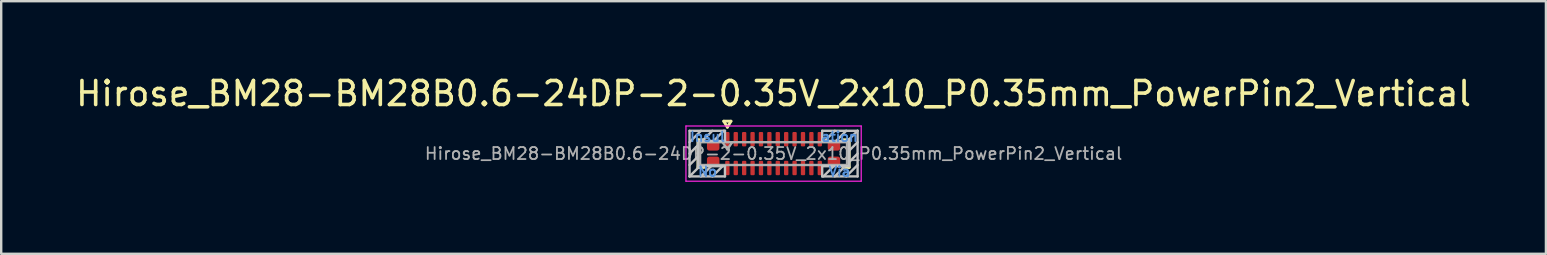
<source format=kicad_pcb>
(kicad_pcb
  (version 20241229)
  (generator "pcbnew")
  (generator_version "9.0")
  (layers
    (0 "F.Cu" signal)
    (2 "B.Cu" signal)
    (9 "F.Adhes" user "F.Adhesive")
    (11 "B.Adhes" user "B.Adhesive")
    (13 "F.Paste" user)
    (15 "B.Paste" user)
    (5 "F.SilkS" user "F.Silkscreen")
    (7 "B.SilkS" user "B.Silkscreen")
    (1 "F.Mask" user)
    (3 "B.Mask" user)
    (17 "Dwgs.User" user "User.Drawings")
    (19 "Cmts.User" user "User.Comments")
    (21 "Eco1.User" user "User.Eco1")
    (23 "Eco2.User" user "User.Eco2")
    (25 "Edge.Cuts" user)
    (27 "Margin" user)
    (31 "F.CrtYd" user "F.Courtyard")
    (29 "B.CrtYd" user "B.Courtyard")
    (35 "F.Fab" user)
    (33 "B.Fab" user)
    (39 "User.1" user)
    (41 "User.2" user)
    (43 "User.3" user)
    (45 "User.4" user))
  (footprint "Hirose_BM28-BM28B0.6-24DP-2-0.35V_2x10_P0.35mm_PowerPin2_Vertical"
    (layer "F.Cu")
    (at 29.173 3.348)
    (property "Reference" "Hirose_BM28-BM28B0.6-24DP-2-0.35V_2x10_P0.35mm_PowerPin2_Vertical" (at 0 -2.5 0) (layer "F.SilkS") (effects (font (size 1 1) (thickness 0.15))))
    (attr smd)
    (fp_line (start -3.149 -0.575) (end -2.899 -0.575) (stroke (width 0.12) (type solid)) (layer "F.SilkS"))
    (fp_line (start -3.149 0.575) (end -3.149 -0.575) (stroke (width 0.12) (type solid)) (layer "F.SilkS"))
    (fp_line (start -3.149 0.575) (end -2.899 0.575) (stroke (width 0.12) (type solid)) (layer "F.SilkS"))
    (fp_line (start -2.075 -1.35) (end -1.925 -1.1) (stroke (width 0.12) (type solid)) (layer "F.SilkS"))
    (fp_line (start -1.925 -1.1) (end -1.775 -1.35) (stroke (width 0.12) (type solid)) (layer "F.SilkS"))
    (fp_line (start -1.775 -1.35) (end -2.075 -1.35) (stroke (width 0.12) (type solid)) (layer "F.SilkS"))
    (fp_line (start 3.15 -0.575) (end 2.9 -0.575) (stroke (width 0.12) (type solid)) (layer "F.SilkS"))
    (fp_line (start 3.15 -0.575) (end 3.15 0.575) (stroke (width 0.12) (type solid)) (layer "F.SilkS"))
    (fp_line (start 3.15 0.575) (end 2.9 0.575) (stroke (width 0.12) (type solid)) (layer "F.SilkS"))
    (fp_line (start -3.5 -0.95) (end -3.5 0.95) (stroke (width 0.1) (type solid)) (layer "Dwgs.User"))
    (fp_line (start -3.5 0.475) (end -3.15 0.125) (stroke (width 0.1) (type solid)) (layer "Dwgs.User"))
    (fp_line (start -3.5 0.95) (end -3.075 0.525) (stroke (width 0.1) (type solid)) (layer "Dwgs.User"))
    (fp_line (start -3.5 0.95) (end -2.025 0.95) (stroke (width 0.1) (type solid)) (layer "Dwgs.User"))
    (fp_line (start -3.15 -0.525) (end -2.025 -0.525) (stroke (width 0.1) (type solid)) (layer "Dwgs.User"))
    (fp_line (start -3.15 -0.35) (end -3.5 0) (stroke (width 0.1) (type solid)) (layer "Dwgs.User"))
    (fp_line (start -3.15 0.525) (end -3.15 -0.525) (stroke (width 0.1) (type solid)) (layer "Dwgs.User"))
    (fp_line (start -3.025 -0.95) (end -3.5 -0.475) (stroke (width 0.1) (type solid)) (layer "Dwgs.User"))
    (fp_line (start -3.025 0.95) (end -2.6 0.525) (stroke (width 0.1) (type solid)) (layer "Dwgs.User"))
    (fp_line (start -2.975 -0.525) (end -2.55 -0.95) (stroke (width 0.1) (type solid)) (layer "Dwgs.User"))
    (fp_line (start -2.55 0.95) (end -2.125 0.525) (stroke (width 0.1) (type solid)) (layer "Dwgs.User"))
    (fp_line (start -2.075 -0.95) (end -2.5 -0.525) (stroke (width 0.1) (type solid)) (layer "Dwgs.User"))
    (fp_line (start -2.025 -0.95) (end -3.5 -0.95) (stroke (width 0.1) (type solid)) (layer "Dwgs.User"))
    (fp_line (start -2.025 -0.525) (end -2.025 -0.95) (stroke (width 0.1) (type solid)) (layer "Dwgs.User"))
    (fp_line (start -2.025 0.525) (end -3.15 0.525) (stroke (width 0.1) (type solid)) (layer "Dwgs.User"))
    (fp_line (start -2.025 0.95) (end -2.025 0.525) (stroke (width 0.1) (type solid)) (layer "Dwgs.User"))
    (fp_line (start 2.025 -0.95) (end 2.025 -0.525) (stroke (width 0.1) (type solid)) (layer "Dwgs.User"))
    (fp_line (start 2.025 -0.525) (end 3.15 -0.525) (stroke (width 0.1) (type solid)) (layer "Dwgs.User"))
    (fp_line (start 2.025 0.525) (end 2.025 0.95) (stroke (width 0.1) (type solid)) (layer "Dwgs.User"))
    (fp_line (start 2.025 0.95) (end 3.5 0.95) (stroke (width 0.1) (type solid)) (layer "Dwgs.User"))
    (fp_line (start 2.075 0.95) (end 2.5 0.525) (stroke (width 0.1) (type solid)) (layer "Dwgs.User"))
    (fp_line (start 2.55 -0.95) (end 2.125 -0.525) (stroke (width 0.1) (type solid)) (layer "Dwgs.User"))
    (fp_line (start 2.975 0.525) (end 2.55 0.95) (stroke (width 0.1) (type solid)) (layer "Dwgs.User"))
    (fp_line (start 3.025 -0.95) (end 2.6 -0.525) (stroke (width 0.1) (type solid)) (layer "Dwgs.User"))
    (fp_line (start 3.025 0.95) (end 3.5 0.475) (stroke (width 0.1) (type solid)) (layer "Dwgs.User"))
    (fp_line (start 3.15 -0.525) (end 3.15 0.525) (stroke (width 0.1) (type solid)) (layer "Dwgs.User"))
    (fp_line (start 3.15 0.35) (end 3.5 0) (stroke (width 0.1) (type solid)) (layer "Dwgs.User"))
    (fp_line (start 3.15 0.525) (end 2.025 0.525) (stroke (width 0.1) (type solid)) (layer "Dwgs.User"))
    (fp_line (start 3.5 -0.95) (end 2.025 -0.95) (stroke (width 0.1) (type solid)) (layer "Dwgs.User"))
    (fp_line (start 3.5 -0.95) (end 3.075 -0.525) (stroke (width 0.1) (type solid)) (layer "Dwgs.User"))
    (fp_line (start 3.5 -0.475) (end 3.15 -0.125) (stroke (width 0.1) (type solid)) (layer "Dwgs.User"))
    (fp_line (start 3.5 0.95) (end 3.5 -0.95) (stroke (width 0.1) (type solid)) (layer "Dwgs.User"))
    (fp_line (start -3.65 -1.15) (end -3.65 1.15) (stroke (width 0.05) (type solid)) (layer "F.CrtYd"))
    (fp_line (start -3.65 1.15) (end 3.65 1.15) (stroke (width 0.05) (type solid)) (layer "F.CrtYd"))
    (fp_line (start 3.65 -1.15) (end -3.65 -1.15) (stroke (width 0.05) (type solid)) (layer "F.CrtYd"))
    (fp_line (start 3.65 1.15) (end 3.65 -1.15) (stroke (width 0.05) (type solid)) (layer "F.CrtYd"))
    (fp_line (start -3.06 -0.475) (end -3.06 0.475) (stroke (width 0.1) (type solid)) (layer "F.Fab"))
    (fp_line (start -3.06 -0.475) (end 3.06 -0.475) (stroke (width 0.1) (type solid)) (layer "F.Fab"))
    (fp_line (start -3.06 0.475) (end 3.06 0.475) (stroke (width 0.1) (type solid)) (layer "F.Fab"))
    (fp_line (start -2.125 -0.475) (end -1.925 -0.175) (stroke (width 0.1) (type solid)) (layer "F.Fab"))
    (fp_line (start -1.925 -0.175) (end -1.725 -0.475) (stroke (width 0.1) (type solid)) (layer "F.Fab"))
    (fp_line (start 3.06 -0.475) (end 3.06 0.475) (stroke (width 0.1) (type solid)) (layer "F.Fab"))
    (fp_text user "No" (at -2.75 0.75 0) (unlocked yes) (layer "Cmts.User") (effects (font (size 0.4 0.4) (thickness 0.075))))
    (fp_text user "Insul" (at -2.75 -0.7 0) (unlocked yes) (layer "Cmts.User") (effects (font (size 0.4 0.4) (thickness 0.075))))
    (fp_text user "ation" (at 2.75 -0.7 0) (unlocked yes) (layer "Cmts.User") (effects (font (size 0.4 0.4) (thickness 0.075))))
    (fp_text user "Via" (at 2.75 0.75 0) (unlocked yes) (layer "Cmts.User") (effects (font (size 0.4 0.4) (thickness 0.075))))
    (fp_text user "${REFERENCE}" (at 0 0 0) (layer "F.Fab") (effects (font (size 0.5 0.5) (thickness 0.075))))
    (pad "1" smd roundrect (at -1.925 -0.6) (size 0.18 0.6) (layers "F.Cu" "F.Mask" "F.Paste") (roundrect_rratio 0.25))
    (pad "2" smd roundrect (at -1.925 0.6) (size 0.18 0.6) (layers "F.Cu" "F.Mask" "F.Paste") (roundrect_rratio 0.25))
    (pad "3" smd roundrect (at -1.575 -0.6) (size 0.18 0.6) (layers "F.Cu" "F.Mask" "F.Paste") (roundrect_rratio 0.25))
    (pad "4" smd roundrect (at -1.575 0.6) (size 0.18 0.6) (layers "F.Cu" "F.Mask" "F.Paste") (roundrect_rratio 0.25))
    (pad "5" smd roundrect (at -1.225 -0.6) (size 0.18 0.6) (layers "F.Cu" "F.Mask" "F.Paste") (roundrect_rratio 0.25))
    (pad "6" smd roundrect (at -1.225 0.6) (size 0.18 0.6) (layers "F.Cu" "F.Mask" "F.Paste") (roundrect_rratio 0.25))
    (pad "7" smd roundrect (at -0.875 -0.6) (size 0.18 0.6) (layers "F.Cu" "F.Mask" "F.Paste") (roundrect_rratio 0.25))
    (pad "8" smd roundrect (at -0.875 0.6) (size 0.18 0.6) (layers "F.Cu" "F.Mask" "F.Paste") (roundrect_rratio 0.25))
    (pad "9" smd roundrect (at -0.525 -0.6) (size 0.18 0.6) (layers "F.Cu" "F.Mask" "F.Paste") (roundrect_rratio 0.25))
    (pad "10" smd roundrect (at -0.525 0.6) (size 0.18 0.6) (layers "F.Cu" "F.Mask" "F.Paste") (roundrect_rratio 0.25))
    (pad "11" smd roundrect (at -0.175 -0.6) (size 0.18 0.6) (layers "F.Cu" "F.Mask" "F.Paste") (roundrect_rratio 0.25))
    (pad "12" smd roundrect (at -0.175 0.6) (size 0.18 0.6) (layers "F.Cu" "F.Mask" "F.Paste") (roundrect_rratio 0.25))
    (pad "13" smd roundrect (at 0.175 -0.6) (size 0.18 0.6) (layers "F.Cu" "F.Mask" "F.Paste") (roundrect_rratio 0.25))
    (pad "14" smd roundrect (at 0.175 0.6) (size 0.18 0.6) (layers "F.Cu" "F.Mask" "F.Paste") (roundrect_rratio 0.25))
    (pad "15" smd roundrect (at 0.525 -0.6) (size 0.18 0.6) (layers "F.Cu" "F.Mask" "F.Paste") (roundrect_rratio 0.25))
    (pad "16" smd roundrect (at 0.525 0.6) (size 0.18 0.6) (layers "F.Cu" "F.Mask" "F.Paste") (roundrect_rratio 0.25))
    (pad "17" smd roundrect (at 0.875 -0.6) (size 0.18 0.6) (layers "F.Cu" "F.Mask" "F.Paste") (roundrect_rratio 0.25))
    (pad "18" smd roundrect (at 0.875 0.6) (size 0.18 0.6) (layers "F.Cu" "F.Mask" "F.Paste") (roundrect_rratio 0.25))
    (pad "19" smd roundrect (at 1.225 -0.6) (size 0.18 0.6) (layers "F.Cu" "F.Mask" "F.Paste") (roundrect_rratio 0.25))
    (pad "20" smd roundrect (at 1.225 0.6) (size 0.18 0.6) (layers "F.Cu" "F.Mask" "F.Paste") (roundrect_rratio 0.25))
    (pad "21" smd roundrect (at 1.575 -0.6) (size 0.18 0.6) (layers "F.Cu" "F.Mask" "F.Paste") (roundrect_rratio 0.25))
    (pad "22" smd roundrect (at 1.575 0.6) (size 0.18 0.6) (layers "F.Cu" "F.Mask" "F.Paste") (roundrect_rratio 0.25))
    (pad "23" smd roundrect (at 1.925 -0.6) (size 0.18 0.6) (layers "F.Cu" "F.Mask" "F.Paste") (roundrect_rratio 0.25))
    (pad "24" smd roundrect (at 1.925 0.6) (size 0.18 0.6) (layers "F.Cu" "F.Mask" "F.Paste") (roundrect_rratio 0.25))
    (pad "25" smd roundrect (at -2.515 -0.325) (size 0.52 0.4) (layers "F.Cu" "F.Mask" "F.Paste") (roundrect_rratio 0.25))
    (pad "25" smd roundrect (at -2.515 0.325) (size 0.52 0.4) (layers "F.Cu" "F.Mask" "F.Paste") (roundrect_rratio 0.25))
    (pad "26" smd roundrect (at 2.515 -0.325) (size 0.52 0.4) (layers "F.Cu" "F.Mask" "F.Paste") (roundrect_rratio 0.25))
    (pad "26" smd roundrect (at 2.515 0.325) (size 0.52 0.4) (layers "F.Cu" "F.Mask" "F.Paste") (roundrect_rratio 0.25)))
  (gr_rect
    (start -3 -3)
    (end 61.345 7.523)
    (stroke (width 0.1) (type default))
    (fill no)
    (layer "Edge.Cuts")))
</source>
